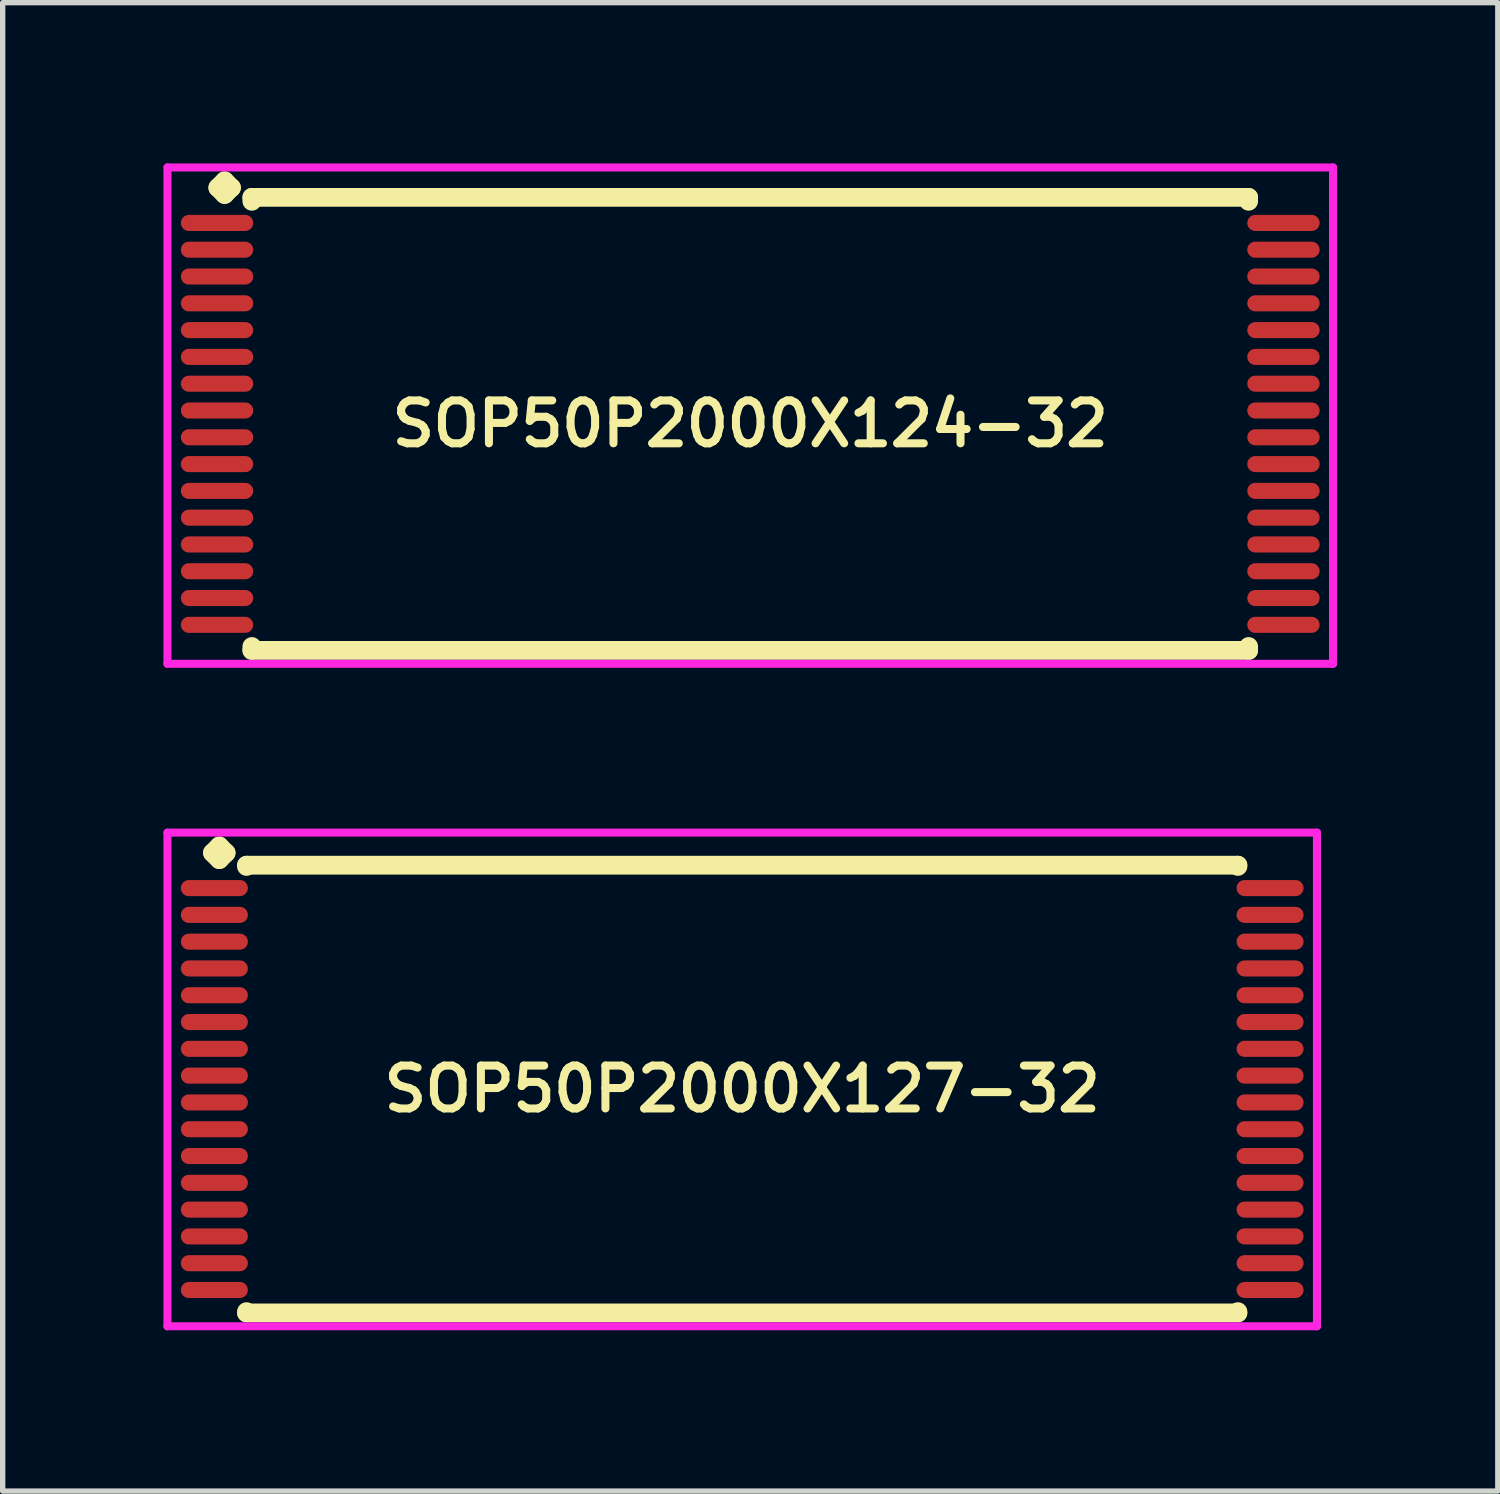
<source format=kicad_pcb>
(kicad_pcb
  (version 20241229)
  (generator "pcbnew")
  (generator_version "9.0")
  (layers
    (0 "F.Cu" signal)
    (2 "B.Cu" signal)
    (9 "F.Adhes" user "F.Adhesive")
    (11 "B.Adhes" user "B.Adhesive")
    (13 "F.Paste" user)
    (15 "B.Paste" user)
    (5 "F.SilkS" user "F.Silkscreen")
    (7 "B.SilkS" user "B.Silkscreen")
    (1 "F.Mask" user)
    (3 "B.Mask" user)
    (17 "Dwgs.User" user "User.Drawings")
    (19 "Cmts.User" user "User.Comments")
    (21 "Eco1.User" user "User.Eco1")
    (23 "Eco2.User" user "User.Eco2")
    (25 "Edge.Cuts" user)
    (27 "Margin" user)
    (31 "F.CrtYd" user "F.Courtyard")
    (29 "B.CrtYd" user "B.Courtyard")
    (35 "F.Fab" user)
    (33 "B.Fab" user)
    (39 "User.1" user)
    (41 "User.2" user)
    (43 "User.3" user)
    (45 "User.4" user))
  (footprint "SOP50P2000X127-32"
    (layer "F.Cu")
    (at 10.8 17.272)
    (property "Reference" "SOP50P2000X127-32" (at 0 0 0) (layer "F.SilkS") (effects (font (size 0.8 0.8) (thickness 0.15))))
    (attr smd)
    (fp_line (start -9.885 -4.408) (end -9.758 -4.535) (stroke (width 0.35) (type solid)) (layer "F.SilkS"))
    (fp_line (start -9.758 -4.535) (end -9.631 -4.408) (stroke (width 0.35) (type solid)) (layer "F.SilkS"))
    (fp_line (start -9.758 -4.281) (end -9.885 -4.408) (stroke (width 0.35) (type solid)) (layer "F.SilkS"))
    (fp_line (start -9.631 -4.408) (end -9.758 -4.281) (stroke (width 0.35) (type solid)) (layer "F.SilkS"))
    (fp_line (start -9.25 -4.177) (end 9.25 -4.177) (stroke (width 0.35) (type solid)) (layer "F.SilkS"))
    (fp_line (start -9.25 -4.154) (end -9.25 -4.177) (stroke (width 0.35) (type solid)) (layer "F.SilkS"))
    (fp_line (start -9.25 4.154) (end -9.25 4.177) (stroke (width 0.35) (type solid)) (layer "F.SilkS"))
    (fp_line (start -9.25 4.177) (end 9.25 4.177) (stroke (width 0.35) (type solid)) (layer "F.SilkS"))
    (fp_line (start 9.25 -4.177) (end 9.25 -4.154) (stroke (width 0.35) (type solid)) (layer "F.SilkS"))
    (fp_line (start 9.25 4.177) (end 9.25 4.154) (stroke (width 0.35) (type solid)) (layer "F.SilkS"))
    (fp_line (start -10.725 -4.785) (end 10.725 -4.785) (stroke (width 0.15) (type solid)) (layer "F.CrtYd"))
    (fp_line (start -10.725 4.427) (end -10.725 -4.785) (stroke (width 0.15) (type solid)) (layer "F.CrtYd"))
    (fp_line (start 10.725 -4.785) (end 10.725 4.427) (stroke (width 0.15) (type solid)) (layer "F.CrtYd"))
    (fp_line (start 10.725 4.427) (end -10.725 4.427) (stroke (width 0.15) (type solid)) (layer "F.CrtYd"))
    (pad "1" smd oval (at -9.85 -3.75) (size 1.25 0.3) (layers "F.Cu" "F.Mask" "F.Paste"))
    (pad "2" smd oval (at -9.85 -3.25) (size 1.25 0.3) (layers "F.Cu" "F.Mask" "F.Paste"))
    (pad "3" smd oval (at -9.85 -2.75) (size 1.25 0.3) (layers "F.Cu" "F.Mask" "F.Paste"))
    (pad "4" smd oval (at -9.85 -2.25) (size 1.25 0.3) (layers "F.Cu" "F.Mask" "F.Paste"))
    (pad "5" smd oval (at -9.85 -1.75) (size 1.25 0.3) (layers "F.Cu" "F.Mask" "F.Paste"))
    (pad "6" smd oval (at -9.85 -1.25) (size 1.25 0.3) (layers "F.Cu" "F.Mask" "F.Paste"))
    (pad "7" smd oval (at -9.85 -0.75) (size 1.25 0.3) (layers "F.Cu" "F.Mask" "F.Paste"))
    (pad "8" smd oval (at -9.85 -0.25) (size 1.25 0.3) (layers "F.Cu" "F.Mask" "F.Paste"))
    (pad "9" smd oval (at -9.85 0.25) (size 1.25 0.3) (layers "F.Cu" "F.Mask" "F.Paste"))
    (pad "10" smd oval (at -9.85 0.75) (size 1.25 0.3) (layers "F.Cu" "F.Mask" "F.Paste"))
    (pad "11" smd oval (at -9.85 1.25) (size 1.25 0.3) (layers "F.Cu" "F.Mask" "F.Paste"))
    (pad "12" smd oval (at -9.85 1.75) (size 1.25 0.3) (layers "F.Cu" "F.Mask" "F.Paste"))
    (pad "13" smd oval (at -9.85 2.25) (size 1.25 0.3) (layers "F.Cu" "F.Mask" "F.Paste"))
    (pad "14" smd oval (at -9.85 2.75) (size 1.25 0.3) (layers "F.Cu" "F.Mask" "F.Paste"))
    (pad "15" smd oval (at -9.85 3.25) (size 1.25 0.3) (layers "F.Cu" "F.Mask" "F.Paste"))
    (pad "16" smd oval (at -9.85 3.75) (size 1.25 0.3) (layers "F.Cu" "F.Mask" "F.Paste"))
    (pad "17" smd oval (at 9.85 3.75) (size 1.25 0.3) (layers "F.Cu" "F.Mask" "F.Paste"))
    (pad "18" smd oval (at 9.85 3.25) (size 1.25 0.3) (layers "F.Cu" "F.Mask" "F.Paste"))
    (pad "19" smd oval (at 9.85 2.75) (size 1.25 0.3) (layers "F.Cu" "F.Mask" "F.Paste"))
    (pad "20" smd oval (at 9.85 2.25) (size 1.25 0.3) (layers "F.Cu" "F.Mask" "F.Paste"))
    (pad "21" smd oval (at 9.85 1.75) (size 1.25 0.3) (layers "F.Cu" "F.Mask" "F.Paste"))
    (pad "22" smd oval (at 9.85 1.25) (size 1.25 0.3) (layers "F.Cu" "F.Mask" "F.Paste"))
    (pad "23" smd oval (at 9.85 0.75) (size 1.25 0.3) (layers "F.Cu" "F.Mask" "F.Paste"))
    (pad "24" smd oval (at 9.85 0.25) (size 1.25 0.3) (layers "F.Cu" "F.Mask" "F.Paste"))
    (pad "25" smd oval (at 9.85 -0.25) (size 1.25 0.3) (layers "F.Cu" "F.Mask" "F.Paste"))
    (pad "26" smd oval (at 9.85 -0.75) (size 1.25 0.3) (layers "F.Cu" "F.Mask" "F.Paste"))
    (pad "27" smd oval (at 9.85 -1.25) (size 1.25 0.3) (layers "F.Cu" "F.Mask" "F.Paste"))
    (pad "28" smd oval (at 9.85 -1.75) (size 1.25 0.3) (layers "F.Cu" "F.Mask" "F.Paste"))
    (pad "29" smd oval (at 9.85 -2.25) (size 1.25 0.3) (layers "F.Cu" "F.Mask" "F.Paste"))
    (pad "30" smd oval (at 9.85 -2.75) (size 1.25 0.3) (layers "F.Cu" "F.Mask" "F.Paste"))
    (pad "31" smd oval (at 9.85 -3.25) (size 1.25 0.3) (layers "F.Cu" "F.Mask" "F.Paste"))
    (pad "32" smd oval (at 9.85 -3.75) (size 1.25 0.3) (layers "F.Cu" "F.Mask" "F.Paste")))
  (footprint "SOP50P2000X124-32"
    (layer "F.Cu")
    (at 10.95 4.86)
    (property "Reference" "SOP50P2000X124-32" (at 0 0 0) (layer "F.SilkS") (effects (font (size 0.8 0.8) (thickness 0.15))))
    (attr smd)
    (fp_line (start -9.935 -4.408) (end -9.808 -4.535) (stroke (width 0.35) (type solid)) (layer "F.SilkS"))
    (fp_line (start -9.808 -4.535) (end -9.681 -4.408) (stroke (width 0.35) (type solid)) (layer "F.SilkS"))
    (fp_line (start -9.808 -4.281) (end -9.935 -4.408) (stroke (width 0.35) (type solid)) (layer "F.SilkS"))
    (fp_line (start -9.681 -4.408) (end -9.808 -4.281) (stroke (width 0.35) (type solid)) (layer "F.SilkS"))
    (fp_line (start -9.3 -4.227) (end 9.3 -4.227) (stroke (width 0.35) (type solid)) (layer "F.SilkS"))
    (fp_line (start -9.3 -4.154) (end -9.3 -4.227) (stroke (width 0.35) (type solid)) (layer "F.SilkS"))
    (fp_line (start -9.3 4.154) (end -9.3 4.227) (stroke (width 0.35) (type solid)) (layer "F.SilkS"))
    (fp_line (start -9.3 4.227) (end 9.3 4.227) (stroke (width 0.35) (type solid)) (layer "F.SilkS"))
    (fp_line (start 9.3 -4.227) (end 9.3 -4.154) (stroke (width 0.35) (type solid)) (layer "F.SilkS"))
    (fp_line (start 9.3 4.227) (end 9.3 4.154) (stroke (width 0.35) (type solid)) (layer "F.SilkS"))
    (fp_line (start -10.875 -4.785) (end 10.875 -4.785) (stroke (width 0.15) (type solid)) (layer "F.CrtYd"))
    (fp_line (start -10.875 4.477) (end -10.875 -4.785) (stroke (width 0.15) (type solid)) (layer "F.CrtYd"))
    (fp_line (start 10.875 -4.785) (end 10.875 4.477) (stroke (width 0.15) (type solid)) (layer "F.CrtYd"))
    (fp_line (start 10.875 4.477) (end -10.875 4.477) (stroke (width 0.15) (type solid)) (layer "F.CrtYd"))
    (pad "1" smd oval (at -9.95 -3.75) (size 1.35 0.3) (layers "F.Cu" "F.Mask" "F.Paste"))
    (pad "2" smd oval (at -9.95 -3.25) (size 1.35 0.3) (layers "F.Cu" "F.Mask" "F.Paste"))
    (pad "3" smd oval (at -9.95 -2.75) (size 1.35 0.3) (layers "F.Cu" "F.Mask" "F.Paste"))
    (pad "4" smd oval (at -9.95 -2.25) (size 1.35 0.3) (layers "F.Cu" "F.Mask" "F.Paste"))
    (pad "5" smd oval (at -9.95 -1.75) (size 1.35 0.3) (layers "F.Cu" "F.Mask" "F.Paste"))
    (pad "6" smd oval (at -9.95 -1.25) (size 1.35 0.3) (layers "F.Cu" "F.Mask" "F.Paste"))
    (pad "7" smd oval (at -9.95 -0.75) (size 1.35 0.3) (layers "F.Cu" "F.Mask" "F.Paste"))
    (pad "8" smd oval (at -9.95 -0.25) (size 1.35 0.3) (layers "F.Cu" "F.Mask" "F.Paste"))
    (pad "9" smd oval (at -9.95 0.25) (size 1.35 0.3) (layers "F.Cu" "F.Mask" "F.Paste"))
    (pad "10" smd oval (at -9.95 0.75) (size 1.35 0.3) (layers "F.Cu" "F.Mask" "F.Paste"))
    (pad "11" smd oval (at -9.95 1.25) (size 1.35 0.3) (layers "F.Cu" "F.Mask" "F.Paste"))
    (pad "12" smd oval (at -9.95 1.75) (size 1.35 0.3) (layers "F.Cu" "F.Mask" "F.Paste"))
    (pad "13" smd oval (at -9.95 2.25) (size 1.35 0.3) (layers "F.Cu" "F.Mask" "F.Paste"))
    (pad "14" smd oval (at -9.95 2.75) (size 1.35 0.3) (layers "F.Cu" "F.Mask" "F.Paste"))
    (pad "15" smd oval (at -9.95 3.25) (size 1.35 0.3) (layers "F.Cu" "F.Mask" "F.Paste"))
    (pad "16" smd oval (at -9.95 3.75) (size 1.35 0.3) (layers "F.Cu" "F.Mask" "F.Paste"))
    (pad "17" smd oval (at 9.95 3.75) (size 1.35 0.3) (layers "F.Cu" "F.Mask" "F.Paste"))
    (pad "18" smd oval (at 9.95 3.25) (size 1.35 0.3) (layers "F.Cu" "F.Mask" "F.Paste"))
    (pad "19" smd oval (at 9.95 2.75) (size 1.35 0.3) (layers "F.Cu" "F.Mask" "F.Paste"))
    (pad "20" smd oval (at 9.95 2.25) (size 1.35 0.3) (layers "F.Cu" "F.Mask" "F.Paste"))
    (pad "21" smd oval (at 9.95 1.75) (size 1.35 0.3) (layers "F.Cu" "F.Mask" "F.Paste"))
    (pad "22" smd oval (at 9.95 1.25) (size 1.35 0.3) (layers "F.Cu" "F.Mask" "F.Paste"))
    (pad "23" smd oval (at 9.95 0.75) (size 1.35 0.3) (layers "F.Cu" "F.Mask" "F.Paste"))
    (pad "24" smd oval (at 9.95 0.25) (size 1.35 0.3) (layers "F.Cu" "F.Mask" "F.Paste"))
    (pad "25" smd oval (at 9.95 -0.25) (size 1.35 0.3) (layers "F.Cu" "F.Mask" "F.Paste"))
    (pad "26" smd oval (at 9.95 -0.75) (size 1.35 0.3) (layers "F.Cu" "F.Mask" "F.Paste"))
    (pad "27" smd oval (at 9.95 -1.25) (size 1.35 0.3) (layers "F.Cu" "F.Mask" "F.Paste"))
    (pad "28" smd oval (at 9.95 -1.75) (size 1.35 0.3) (layers "F.Cu" "F.Mask" "F.Paste"))
    (pad "29" smd oval (at 9.95 -2.25) (size 1.35 0.3) (layers "F.Cu" "F.Mask" "F.Paste"))
    (pad "30" smd oval (at 9.95 -2.75) (size 1.35 0.3) (layers "F.Cu" "F.Mask" "F.Paste"))
    (pad "31" smd oval (at 9.95 -3.25) (size 1.35 0.3) (layers "F.Cu" "F.Mask" "F.Paste"))
    (pad "32" smd oval (at 9.95 -3.75) (size 1.35 0.3) (layers "F.Cu" "F.Mask" "F.Paste")))
  (gr_rect
    (start -3 -3)
    (end 24.9 24.774)
    (stroke (width 0.1) (type default))
    (fill no)
    (layer "Edge.Cuts")))
</source>
